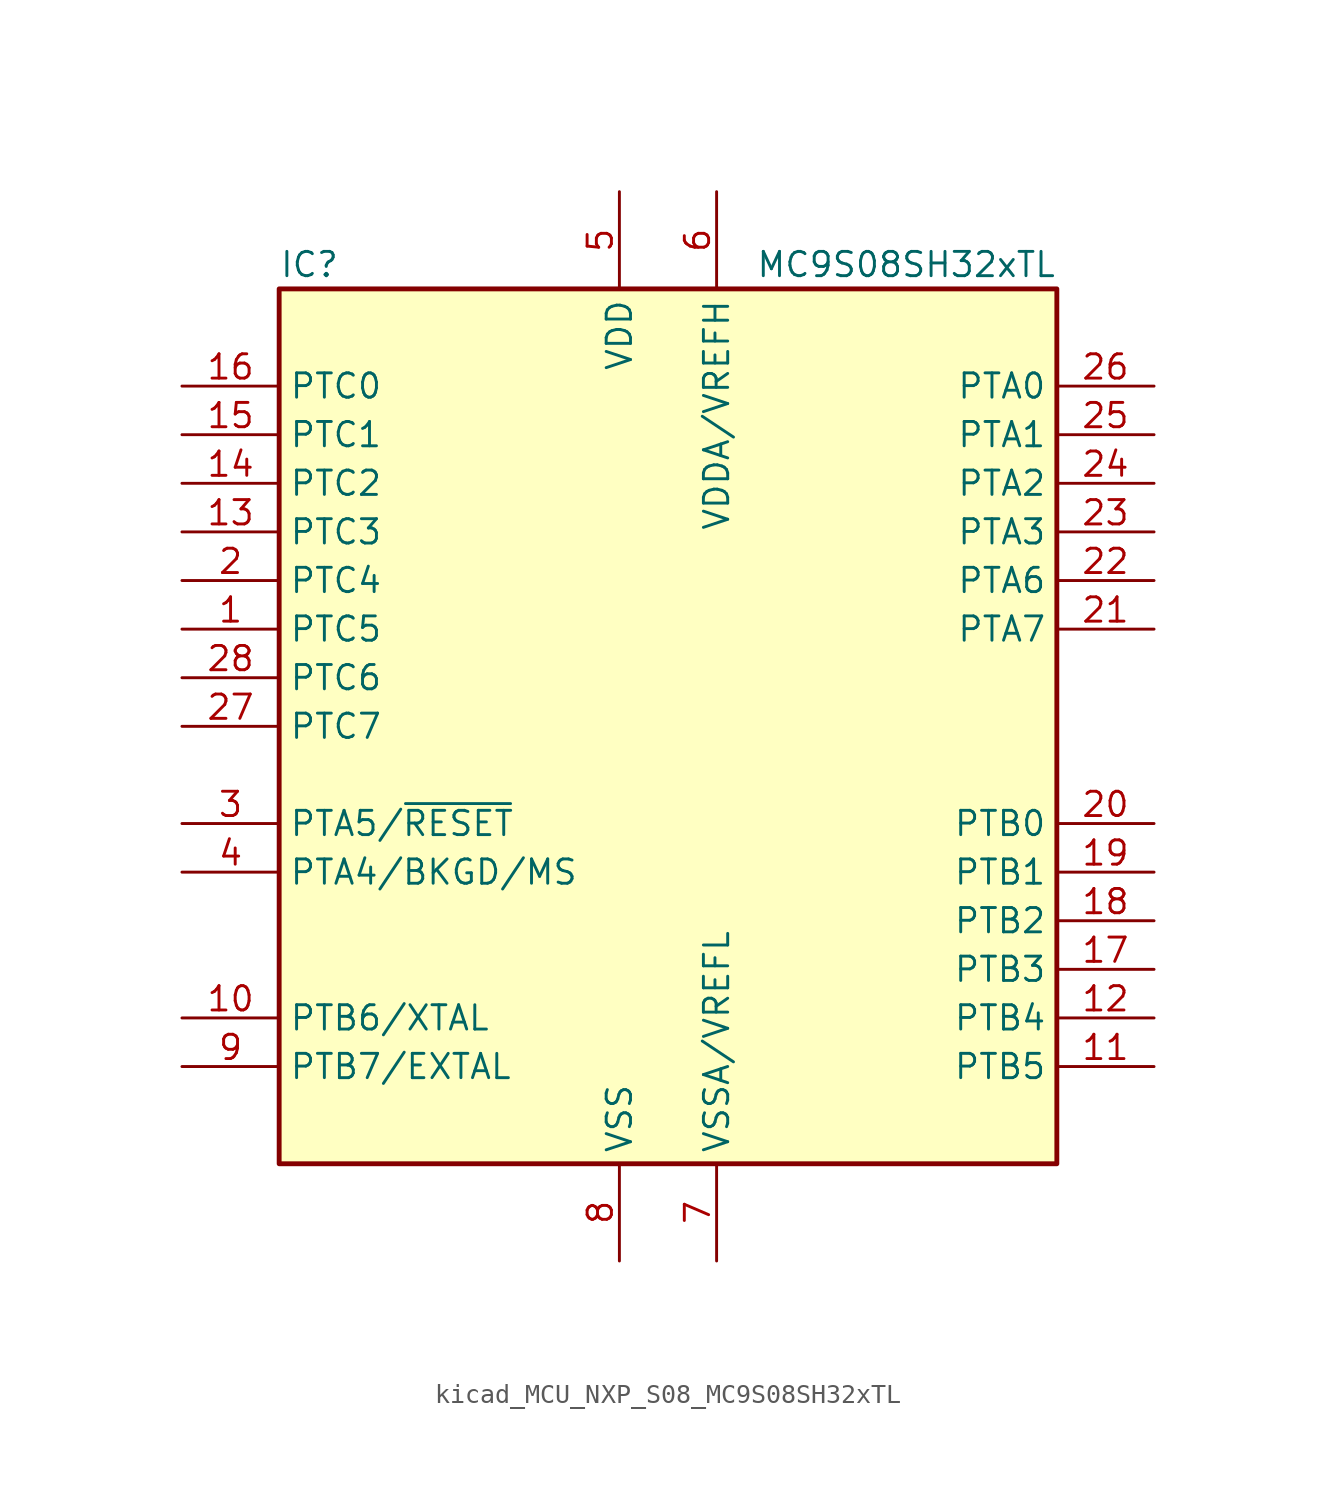
<source format=kicad_sym>
(kicad_symbol_lib
  (version 20220914)
  (generator kicad_symbol_editor)
  (symbol "kicad_MCU_NXP_S08_MC9S08SH32xTL"
    (property "Reference" "IC"
      (at -20.32 24.13 0)
      (effects (font (size 1.27 1.27)) (justify left)))
    (property "Value" "MC9S08SH32xTL"
      (at 20.32 24.13 0)
      (effects (font (size 1.27 1.27)) (justify right)))
    (symbol "kicad_MCU_NXP_S08_MC9S08SH32xTL_0_1"
      (rectangle (start -20.32 22.86) (end 20.32 -22.86) (stroke (width 0.254) (type default)) (fill (type background))))
    (symbol "kicad_MCU_NXP_S08_MC9S08SH32xTL_1_1"
      (pin bidirectional line (at -25.4 5.08 0) (length 5.08) (name "PTC5" (effects (font (size 1.27 1.27)))) (number "1" (effects (font (size 1.27 1.27)))))
      (pin bidirectional line (at -25.4 -15.24 0) (length 5.08) (name "PTB6/XTAL" (effects (font (size 1.27 1.27)))) (number "10" (effects (font (size 1.27 1.27)))))
      (pin bidirectional line (at 25.4 -17.78 180) (length 5.08) (name "PTB5" (effects (font (size 1.27 1.27)))) (number "11" (effects (font (size 1.27 1.27)))))
      (pin bidirectional line (at 25.4 -15.24 180) (length 5.08) (name "PTB4" (effects (font (size 1.27 1.27)))) (number "12" (effects (font (size 1.27 1.27)))))
      (pin bidirectional line (at -25.4 10.16 0) (length 5.08) (name "PTC3" (effects (font (size 1.27 1.27)))) (number "13" (effects (font (size 1.27 1.27)))))
      (pin bidirectional line (at -25.4 12.7 0) (length 5.08) (name "PTC2" (effects (font (size 1.27 1.27)))) (number "14" (effects (font (size 1.27 1.27)))))
      (pin bidirectional line (at -25.4 15.24 0) (length 5.08) (name "PTC1" (effects (font (size 1.27 1.27)))) (number "15" (effects (font (size 1.27 1.27)))))
      (pin bidirectional line (at -25.4 17.78 0) (length 5.08) (name "PTC0" (effects (font (size 1.27 1.27)))) (number "16" (effects (font (size 1.27 1.27)))))
      (pin bidirectional line (at 25.4 -12.7 180) (length 5.08) (name "PTB3" (effects (font (size 1.27 1.27)))) (number "17" (effects (font (size 1.27 1.27)))))
      (pin bidirectional line (at 25.4 -10.16 180) (length 5.08) (name "PTB2" (effects (font (size 1.27 1.27)))) (number "18" (effects (font (size 1.27 1.27)))))
      (pin bidirectional line (at 25.4 -7.62 180) (length 5.08) (name "PTB1" (effects (font (size 1.27 1.27)))) (number "19" (effects (font (size 1.27 1.27)))))
      (pin bidirectional line (at -25.4 7.62 0) (length 5.08) (name "PTC4" (effects (font (size 1.27 1.27)))) (number "2" (effects (font (size 1.27 1.27)))))
      (pin bidirectional line (at 25.4 -5.08 180) (length 5.08) (name "PTB0" (effects (font (size 1.27 1.27)))) (number "20" (effects (font (size 1.27 1.27)))))
      (pin bidirectional line (at 25.4 5.08 180) (length 5.08) (name "PTA7" (effects (font (size 1.27 1.27)))) (number "21" (effects (font (size 1.27 1.27)))))
      (pin bidirectional line (at 25.4 7.62 180) (length 5.08) (name "PTA6" (effects (font (size 1.27 1.27)))) (number "22" (effects (font (size 1.27 1.27)))))
      (pin bidirectional line (at 25.4 10.16 180) (length 5.08) (name "PTA3" (effects (font (size 1.27 1.27)))) (number "23" (effects (font (size 1.27 1.27)))))
      (pin bidirectional line (at 25.4 12.7 180) (length 5.08) (name "PTA2" (effects (font (size 1.27 1.27)))) (number "24" (effects (font (size 1.27 1.27)))))
      (pin bidirectional line (at 25.4 15.24 180) (length 5.08) (name "PTA1" (effects (font (size 1.27 1.27)))) (number "25" (effects (font (size 1.27 1.27)))))
      (pin bidirectional line (at 25.4 17.78 180) (length 5.08) (name "PTA0" (effects (font (size 1.27 1.27)))) (number "26" (effects (font (size 1.27 1.27)))))
      (pin bidirectional line (at -25.4 0 0) (length 5.08) (name "PTC7" (effects (font (size 1.27 1.27)))) (number "27" (effects (font (size 1.27 1.27)))))
      (pin bidirectional line (at -25.4 2.54 0) (length 5.08) (name "PTC6" (effects (font (size 1.27 1.27)))) (number "28" (effects (font (size 1.27 1.27)))))
      (pin bidirectional line (at -25.4 -5.08 0) (length 5.08) (name "PTA5/~{RESET}" (effects (font (size 1.27 1.27)))) (number "3" (effects (font (size 1.27 1.27)))))
      (pin bidirectional line (at -25.4 -7.62 0) (length 5.08) (name "PTA4/BKGD/MS" (effects (font (size 1.27 1.27)))) (number "4" (effects (font (size 1.27 1.27)))))
      (pin power_in line (at -2.54 27.94 270) (length 5.08) (name "VDD" (effects (font (size 1.27 1.27)))) (number "5" (effects (font (size 1.27 1.27)))))
      (pin power_in line (at 2.54 27.94 270) (length 5.08) (name "VDDA/VREFH" (effects (font (size 1.27 1.27)))) (number "6" (effects (font (size 1.27 1.27)))))
      (pin power_in line (at 2.54 -27.94 90) (length 5.08) (name "VSSA/VREFL" (effects (font (size 1.27 1.27)))) (number "7" (effects (font (size 1.27 1.27)))))
      (pin power_in line (at -2.54 -27.94 90) (length 5.08) (name "VSS" (effects (font (size 1.27 1.27)))) (number "8" (effects (font (size 1.27 1.27)))))
      (pin bidirectional line (at -25.4 -17.78 0) (length 5.08) (name "PTB7/EXTAL" (effects (font (size 1.27 1.27)))) (number "9" (effects (font (size 1.27 1.27))))))))
</source>
